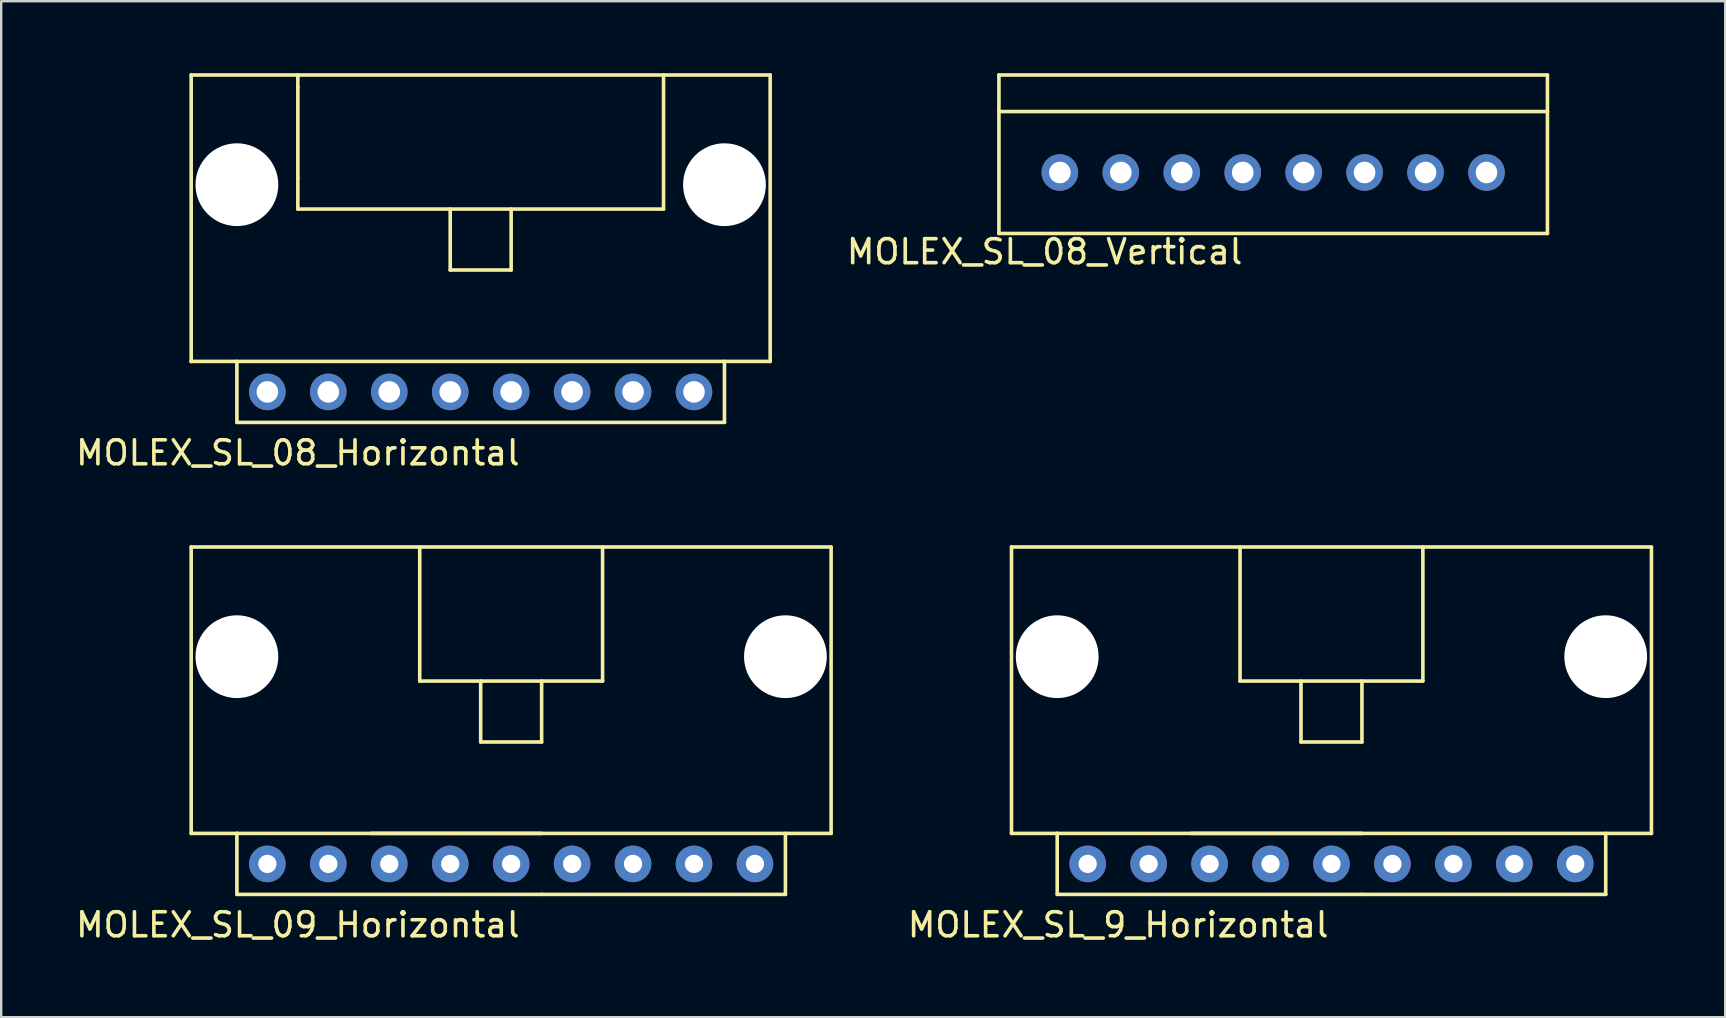
<source format=kicad_pcb>
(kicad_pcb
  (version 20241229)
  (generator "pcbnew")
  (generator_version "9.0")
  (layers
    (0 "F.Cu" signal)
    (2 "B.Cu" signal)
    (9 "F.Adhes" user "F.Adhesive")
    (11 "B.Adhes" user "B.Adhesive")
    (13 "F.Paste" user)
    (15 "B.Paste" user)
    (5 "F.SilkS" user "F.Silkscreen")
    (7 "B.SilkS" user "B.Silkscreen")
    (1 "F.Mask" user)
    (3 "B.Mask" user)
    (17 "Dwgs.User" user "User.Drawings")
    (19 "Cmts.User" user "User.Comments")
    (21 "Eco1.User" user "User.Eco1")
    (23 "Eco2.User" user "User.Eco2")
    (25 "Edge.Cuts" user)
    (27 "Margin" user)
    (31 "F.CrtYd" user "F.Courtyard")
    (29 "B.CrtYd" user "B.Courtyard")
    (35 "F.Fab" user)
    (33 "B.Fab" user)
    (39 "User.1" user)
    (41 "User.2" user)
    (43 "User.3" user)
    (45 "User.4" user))
  (footprint "MOLEX_SL_9_Horizontal"
    (layer "F.Cu")
    (at 52.44 32.954)
    (property "Reference" "MOLEX_SL_9_Horizontal" (at -8.89 2.54 0) (layer "F.SilkS") (effects (font (size 1 1) (thickness 0.15))))
    (attr through_hole)
    (fp_line (start -13.335 -13.208) (end 13.335 -13.208) (stroke (width 0.15) (type solid)) (layer "F.SilkS"))
    (fp_line (start -13.335 -1.27) (end -13.335 -13.208) (stroke (width 0.15) (type solid)) (layer "F.SilkS"))
    (fp_line (start -11.43 -1.27) (end -13.335 -1.27) (stroke (width 0.15) (type solid)) (layer "F.SilkS"))
    (fp_line (start -11.43 -1.27) (end 1.27 -1.27) (stroke (width 0.15) (type solid)) (layer "F.SilkS"))
    (fp_line (start -11.43 1.27) (end -11.43 -1.27) (stroke (width 0.15) (type solid)) (layer "F.SilkS"))
    (fp_line (start -3.81 -7.62) (end -3.81 -13.208) (stroke (width 0.15) (type solid)) (layer "F.SilkS"))
    (fp_line (start -3.81 -7.62) (end 3.81 -7.62) (stroke (width 0.15) (type solid)) (layer "F.SilkS"))
    (fp_line (start -1.27 -7.62) (end -1.27 -5.08) (stroke (width 0.15) (type solid)) (layer "F.SilkS"))
    (fp_line (start -1.27 -5.08) (end 1.27 -5.08) (stroke (width 0.15) (type solid)) (layer "F.SilkS"))
    (fp_line (start 1.27 -5.08) (end 1.27 -7.62) (stroke (width 0.15) (type solid)) (layer "F.SilkS"))
    (fp_line (start 1.27 1.27) (end -11.43 1.27) (stroke (width 0.15) (type solid)) (layer "F.SilkS"))
    (fp_line (start 1.27 1.27) (end 11.43 1.27) (stroke (width 0.15) (type solid)) (layer "F.SilkS"))
    (fp_line (start 3.81 -7.62) (end 3.81 -13.208) (stroke (width 0.15) (type solid)) (layer "F.SilkS"))
    (fp_line (start 11.43 -1.27) (end 11.43 1.27) (stroke (width 0.15) (type solid)) (layer "F.SilkS"))
    (fp_line (start 13.335 -1.27) (end -5.842 -1.27) (stroke (width 0.15) (type solid)) (layer "F.SilkS"))
    (fp_line (start 13.335 -1.27) (end 13.335 -13.208) (stroke (width 0.15) (type solid)) (layer "F.SilkS"))
    (pad "" np_thru_hole circle (at -11.43 -8.636) (size 3.45 3.45) (drill 3.45) (layers "*.Cu" "*.Mask"))
    (pad "" np_thru_hole circle (at 11.43 -8.636) (size 3.45 3.45) (drill 3.45) (layers "*.Cu" "*.Mask"))
    (pad "1" thru_hole circle (at -10.16 0) (size 1.524 1.524) (drill 0.762) (layers "*.Cu" "*.Mask"))
    (pad "2" thru_hole circle (at -7.62 0) (size 1.524 1.524) (drill 0.762) (layers "*.Cu" "*.Mask"))
    (pad "3" thru_hole circle (at -5.08 0) (size 1.524 1.524) (drill 0.762) (layers "*.Cu" "*.Mask"))
    (pad "4" thru_hole circle (at -2.54 0) (size 1.524 1.524) (drill 0.762) (layers "*.Cu" "*.Mask"))
    (pad "5" thru_hole circle (at 0 0) (size 1.524 1.524) (drill 0.762) (layers "*.Cu" "*.Mask"))
    (pad "6" thru_hole circle (at 2.54 0) (size 1.524 1.524) (drill 0.762) (layers "*.Cu" "*.Mask"))
    (pad "7" thru_hole circle (at 5.08 0) (size 1.524 1.524) (drill 0.762) (layers "*.Cu" "*.Mask"))
    (pad "8" thru_hole circle (at 7.62 0) (size 1.524 1.524) (drill 0.762) (layers "*.Cu" "*.Mask"))
    (pad "9" thru_hole circle (at 10.16 0) (size 1.524 1.524) (drill 0.762) (layers "*.Cu" "*.Mask")))
  (footprint "MOLEX_SL_08_Vertical"
    (layer "F.Cu")
    (at 41.121 4.139)
    (property "Reference" "MOLEX_SL_08_Vertical" (at -0.635 3.302 0) (layer "F.SilkS") (effects (font (size 1 1) (thickness 0.15))))
    (attr through_hole)
    (fp_line (start -2.54 -4.064) (end -2.54 -2.54) (stroke (width 0.15) (type solid)) (layer "F.SilkS"))
    (fp_line (start -2.54 -2.54) (end 20.32 -2.54) (stroke (width 0.15) (type solid)) (layer "F.SilkS"))
    (fp_line (start -2.54 2.54) (end -2.54 -2.54) (stroke (width 0.15) (type solid)) (layer "F.SilkS"))
    (fp_line (start 20.32 -4.064) (end -2.54 -4.064) (stroke (width 0.15) (type solid)) (layer "F.SilkS"))
    (fp_line (start 20.32 -2.54) (end 20.32 -4.064) (stroke (width 0.15) (type solid)) (layer "F.SilkS"))
    (fp_line (start 20.32 2.54) (end -2.54 2.54) (stroke (width 0.15) (type solid)) (layer "F.SilkS"))
    (fp_line (start 20.32 2.54) (end 20.32 -2.54) (stroke (width 0.15) (type solid)) (layer "F.SilkS"))
    (pad "1" thru_hole circle (at 0 0) (size 1.524 1.524) (drill 0.9) (layers "*.Cu" "*.Mask"))
    (pad "2" thru_hole circle (at 2.54 0) (size 1.524 1.524) (drill 0.9) (layers "*.Cu" "*.Mask"))
    (pad "3" thru_hole circle (at 5.08 0) (size 1.524 1.524) (drill 0.9) (layers "*.Cu" "*.Mask"))
    (pad "4" thru_hole circle (at 7.62 0) (size 1.524 1.524) (drill 0.9) (layers "*.Cu" "*.Mask"))
    (pad "5" thru_hole circle (at 10.16 0) (size 1.524 1.524) (drill 0.9) (layers "*.Cu" "*.Mask"))
    (pad "6" thru_hole circle (at 12.7 0) (size 1.524 1.524) (drill 0.9) (layers "*.Cu" "*.Mask"))
    (pad "7" thru_hole circle (at 15.24 0) (size 1.524 1.524) (drill 0.9) (layers "*.Cu" "*.Mask"))
    (pad "8" thru_hole circle (at 17.78 0) (size 1.524 1.524) (drill 0.9) (layers "*.Cu" "*.Mask")))
  (footprint "MOLEX_SL_09_Horizontal"
    (layer "F.Cu")
    (at 18.253 32.954)
    (property "Reference" "MOLEX_SL_09_Horizontal" (at -8.89 2.54 0) (layer "F.SilkS") (effects (font (size 1 1) (thickness 0.15))))
    (attr through_hole)
    (fp_line (start -13.335 -13.208) (end 13.335 -13.208) (stroke (width 0.15) (type solid)) (layer "F.SilkS"))
    (fp_line (start -13.335 -1.27) (end -13.335 -13.208) (stroke (width 0.15) (type solid)) (layer "F.SilkS"))
    (fp_line (start -11.43 -1.27) (end -13.335 -1.27) (stroke (width 0.15) (type solid)) (layer "F.SilkS"))
    (fp_line (start -11.43 -1.27) (end 1.27 -1.27) (stroke (width 0.15) (type solid)) (layer "F.SilkS"))
    (fp_line (start -11.43 1.27) (end -11.43 -1.27) (stroke (width 0.15) (type solid)) (layer "F.SilkS"))
    (fp_line (start -3.81 -7.62) (end -3.81 -13.208) (stroke (width 0.15) (type solid)) (layer "F.SilkS"))
    (fp_line (start -3.81 -7.62) (end 3.81 -7.62) (stroke (width 0.15) (type solid)) (layer "F.SilkS"))
    (fp_line (start -1.27 -7.62) (end -1.27 -5.08) (stroke (width 0.15) (type solid)) (layer "F.SilkS"))
    (fp_line (start -1.27 -5.08) (end 1.27 -5.08) (stroke (width 0.15) (type solid)) (layer "F.SilkS"))
    (fp_line (start 1.27 -5.08) (end 1.27 -7.62) (stroke (width 0.15) (type solid)) (layer "F.SilkS"))
    (fp_line (start 1.27 1.27) (end -11.43 1.27) (stroke (width 0.15) (type solid)) (layer "F.SilkS"))
    (fp_line (start 1.27 1.27) (end 11.43 1.27) (stroke (width 0.15) (type solid)) (layer "F.SilkS"))
    (fp_line (start 3.81 -7.62) (end 3.81 -13.208) (stroke (width 0.15) (type solid)) (layer "F.SilkS"))
    (fp_line (start 11.43 -1.27) (end 11.43 1.27) (stroke (width 0.15) (type solid)) (layer "F.SilkS"))
    (fp_line (start 13.335 -1.27) (end -5.842 -1.27) (stroke (width 0.15) (type solid)) (layer "F.SilkS"))
    (fp_line (start 13.335 -1.27) (end 13.335 -13.208) (stroke (width 0.15) (type solid)) (layer "F.SilkS"))
    (pad "" np_thru_hole circle (at -11.43 -8.636) (size 3.45 3.45) (drill 3.45) (layers "*.Cu" "*.Mask"))
    (pad "" np_thru_hole circle (at 11.43 -8.636) (size 3.45 3.45) (drill 3.45) (layers "*.Cu" "*.Mask"))
    (pad "1" thru_hole circle (at -10.16 0) (size 1.524 1.524) (drill 0.762) (layers "*.Cu" "*.Mask"))
    (pad "2" thru_hole circle (at -7.62 0) (size 1.524 1.524) (drill 0.762) (layers "*.Cu" "*.Mask"))
    (pad "3" thru_hole circle (at -5.08 0) (size 1.524 1.524) (drill 0.762) (layers "*.Cu" "*.Mask"))
    (pad "4" thru_hole circle (at -2.54 0) (size 1.524 1.524) (drill 0.762) (layers "*.Cu" "*.Mask"))
    (pad "5" thru_hole circle (at 0 0) (size 1.524 1.524) (drill 0.762) (layers "*.Cu" "*.Mask"))
    (pad "6" thru_hole circle (at 2.54 0) (size 1.524 1.524) (drill 0.762) (layers "*.Cu" "*.Mask"))
    (pad "7" thru_hole circle (at 5.08 0) (size 1.524 1.524) (drill 0.762) (layers "*.Cu" "*.Mask"))
    (pad "8" thru_hole circle (at 7.62 0) (size 1.524 1.524) (drill 0.762) (layers "*.Cu" "*.Mask"))
    (pad "9" thru_hole circle (at 10.16 0) (size 1.524 1.524) (drill 0.762) (layers "*.Cu" "*.Mask")))
  (footprint "MOLEX_SL_08_Horizontal"
    (layer "F.Cu")
    (at 8.093 13.283)
    (property "Reference" "MOLEX_SL_08_Horizontal" (at 1.27 2.54 0) (layer "F.SilkS") (effects (font (size 1 1) (thickness 0.15))))
    (attr through_hole)
    (fp_line (start -3.175 -13.208) (end 20.955 -13.208) (stroke (width 0.15) (type solid)) (layer "F.SilkS"))
    (fp_line (start -3.175 -1.27) (end -3.175 -13.208) (stroke (width 0.15) (type solid)) (layer "F.SilkS"))
    (fp_line (start -3.175 -1.27) (end 20.955 -1.27) (stroke (width 0.15) (type solid)) (layer "F.SilkS"))
    (fp_line (start -3.17 -1.27) (end -3.175 -1.27) (stroke (width 0.15) (type solid)) (layer "F.SilkS"))
    (fp_line (start -1.27 1.27) (end -1.27 -1.27) (stroke (width 0.15) (type solid)) (layer "F.SilkS"))
    (fp_line (start 1.27 -13.208) (end 1.27 -12.7) (stroke (width 0.15) (type solid)) (layer "F.SilkS"))
    (fp_line (start 1.27 -8.89) (end 1.27 -12.7) (stroke (width 0.15) (type solid)) (layer "F.SilkS"))
    (fp_line (start 1.27 -8.89) (end 1.27 -7.62) (stroke (width 0.15) (type solid)) (layer "F.SilkS"))
    (fp_line (start 1.27 -7.62) (end 16.51 -7.62) (stroke (width 0.15) (type solid)) (layer "F.SilkS"))
    (fp_line (start 7.62 -7.62) (end 7.62 -5.08) (stroke (width 0.15) (type solid)) (layer "F.SilkS"))
    (fp_line (start 7.62 -5.08) (end 10.16 -5.08) (stroke (width 0.15) (type solid)) (layer "F.SilkS"))
    (fp_line (start 10.16 -5.08) (end 10.16 -7.62) (stroke (width 0.15) (type solid)) (layer "F.SilkS"))
    (fp_line (start 16.51 -7.62) (end 16.51 -13.208) (stroke (width 0.15) (type solid)) (layer "F.SilkS"))
    (fp_line (start 19.05 -1.27) (end 19.05 1.27) (stroke (width 0.15) (type solid)) (layer "F.SilkS"))
    (fp_line (start 19.05 1.27) (end -1.27 1.27) (stroke (width 0.15) (type solid)) (layer "F.SilkS"))
    (fp_line (start 20.955 -1.27) (end 20.955 -13.208) (stroke (width 0.15) (type solid)) (layer "F.SilkS"))
    (pad "" np_thru_hole circle (at -1.27 -8.636) (size 3.45 3.45) (drill 3.45) (layers "*.Cu" "*.Mask"))
    (pad "" np_thru_hole circle (at 19.05 -8.636) (size 3.45 3.45) (drill 3.45) (layers "*.Cu" "*.Mask"))
    (pad "1" thru_hole circle (at 0 0) (size 1.524 1.524) (drill 0.9) (layers "*.Cu" "*.Mask"))
    (pad "2" thru_hole circle (at 2.54 0) (size 1.524 1.524) (drill 0.9) (layers "*.Cu" "*.Mask"))
    (pad "3" thru_hole circle (at 5.08 0) (size 1.524 1.524) (drill 0.9) (layers "*.Cu" "*.Mask"))
    (pad "4" thru_hole circle (at 7.62 0) (size 1.524 1.524) (drill 0.9) (layers "*.Cu" "*.Mask"))
    (pad "5" thru_hole circle (at 10.16 0) (size 1.524 1.524) (drill 0.9) (layers "*.Cu" "*.Mask"))
    (pad "6" thru_hole circle (at 12.7 0) (size 1.524 1.524) (drill 0.9) (layers "*.Cu" "*.Mask"))
    (pad "7" thru_hole circle (at 15.24 0) (size 1.524 1.524) (drill 0.9) (layers "*.Cu" "*.Mask"))
    (pad "8" thru_hole circle (at 17.78 0) (size 1.524 1.524) (drill 0.9) (layers "*.Cu" "*.Mask")))
  (gr_rect
    (start -3 -3)
    (end 68.85 39.343)
    (stroke (width 0.1) (type default))
    (fill no)
    (layer "Edge.Cuts")))
</source>
